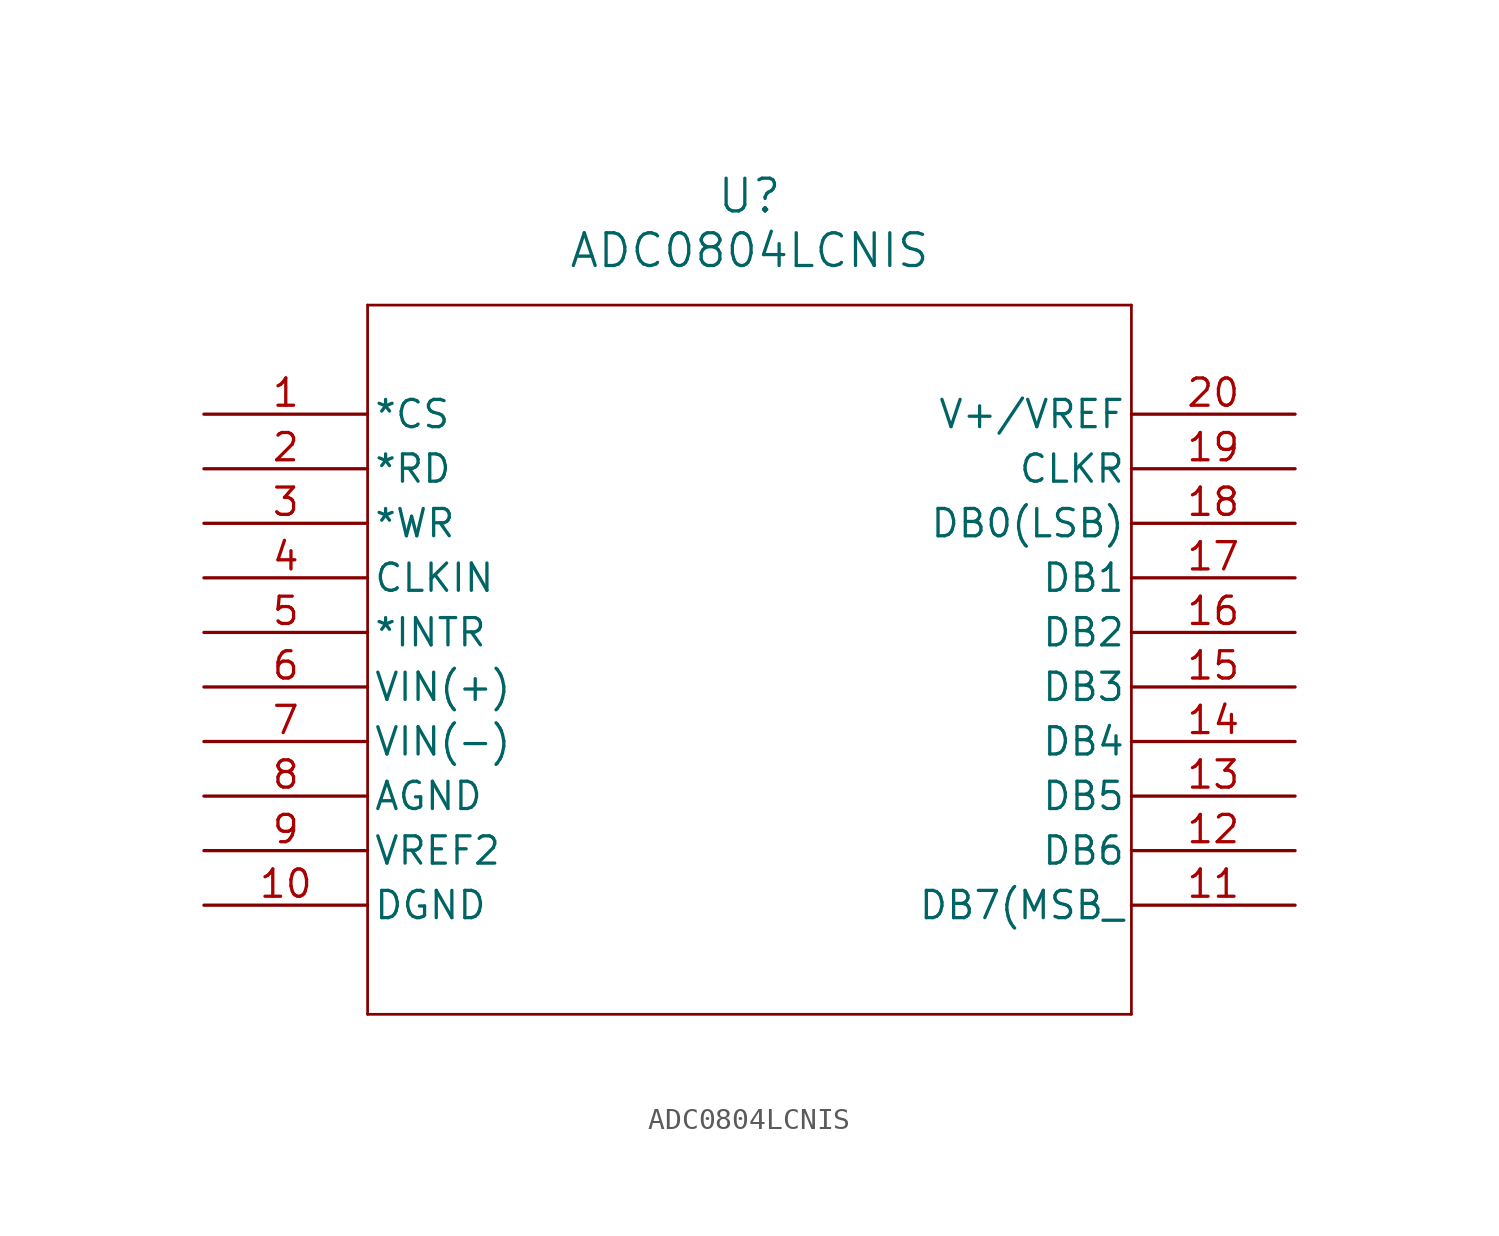
<source format=kicad_sym>
(kicad_symbol_lib
  (version 20211014)
  (generator kicad_symbol_editor)
  (symbol "ADC0804LCNIS"
    (pin_names
      (offset 0.254))
    (property "Reference" "U"
      (at 25.4 10.16 0)
      (effects (font (size 1.524 1.524))))
    (property "Value" "ADC0804LCNIS"
      (at 25.4 7.62 0)
      (effects (font (size 1.524 1.524))))
    (symbol "ADC0804LCNIS_0_1"
      (polyline (pts (xy 7.62 5.08) (xy 7.62 -27.94)) (stroke (width 0.127) (type default) (color 0 0 0 0)) (fill (type none)))
      (polyline (pts (xy 7.62 -27.94) (xy 43.18 -27.94)) (stroke (width 0.127) (type default) (color 0 0 0 0)) (fill (type none)))
      (polyline (pts (xy 43.18 -27.94) (xy 43.18 5.08)) (stroke (width 0.127) (type default) (color 0 0 0 0)) (fill (type none)))
      (polyline (pts (xy 43.18 5.08) (xy 7.62 5.08)) (stroke (width 0.127) (type default) (color 0 0 0 0)) (fill (type none)))
      (pin bidirectional line (at 0 0 0) (length 7.62) (name "*CS" (effects (font (size 1.27 1.27)))) (number "1" (effects (font (size 1.27 1.27)))))
      (pin bidirectional line (at 0 -2.54 0) (length 7.62) (name "*RD" (effects (font (size 1.27 1.27)))) (number "2" (effects (font (size 1.27 1.27)))))
      (pin bidirectional line (at 0 -5.08 0) (length 7.62) (name "*WR" (effects (font (size 1.27 1.27)))) (number "3" (effects (font (size 1.27 1.27)))))
      (pin input line (at 0 -7.62 0) (length 7.62) (name "CLKIN" (effects (font (size 1.27 1.27)))) (number "4" (effects (font (size 1.27 1.27)))))
      (pin bidirectional line (at 0 -10.16 0) (length 7.62) (name "*INTR" (effects (font (size 1.27 1.27)))) (number "5" (effects (font (size 1.27 1.27)))))
      (pin input line (at 0 -12.7 0) (length 7.62) (name "VIN(+)" (effects (font (size 1.27 1.27)))) (number "6" (effects (font (size 1.27 1.27)))))
      (pin input line (at 0 -15.24 0) (length 7.62) (name "VIN(-)" (effects (font (size 1.27 1.27)))) (number "7" (effects (font (size 1.27 1.27)))))
      (pin power_in line (at 0 -17.78 0) (length 7.62) (name "AGND" (effects (font (size 1.27 1.27)))) (number "8" (effects (font (size 1.27 1.27)))))
      (pin power_in line (at 0 -20.32 0) (length 7.62) (name "VREF2" (effects (font (size 1.27 1.27)))) (number "9" (effects (font (size 1.27 1.27)))))
      (pin power_in line (at 0 -22.86 0) (length 7.62) (name "DGND" (effects (font (size 1.27 1.27)))) (number "10" (effects (font (size 1.27 1.27)))))
      (pin bidirectional line (at 50.8 -22.86 180) (length 7.62) (name "DB7(MSB_" (effects (font (size 1.27 1.27)))) (number "11" (effects (font (size 1.27 1.27)))))
      (pin bidirectional line (at 50.8 -20.32 180) (length 7.62) (name "DB6" (effects (font (size 1.27 1.27)))) (number "12" (effects (font (size 1.27 1.27)))))
      (pin bidirectional line (at 50.8 -17.78 180) (length 7.62) (name "DB5" (effects (font (size 1.27 1.27)))) (number "13" (effects (font (size 1.27 1.27)))))
      (pin bidirectional line (at 50.8 -15.24 180) (length 7.62) (name "DB4" (effects (font (size 1.27 1.27)))) (number "14" (effects (font (size 1.27 1.27)))))
      (pin bidirectional line (at 50.8 -12.7 180) (length 7.62) (name "DB3" (effects (font (size 1.27 1.27)))) (number "15" (effects (font (size 1.27 1.27)))))
      (pin bidirectional line (at 50.8 -10.16 180) (length 7.62) (name "DB2" (effects (font (size 1.27 1.27)))) (number "16" (effects (font (size 1.27 1.27)))))
      (pin bidirectional line (at 50.8 -7.62 180) (length 7.62) (name "DB1" (effects (font (size 1.27 1.27)))) (number "17" (effects (font (size 1.27 1.27)))))
      (pin bidirectional line (at 50.8 -5.08 180) (length 7.62) (name "DB0(LSB)" (effects (font (size 1.27 1.27)))) (number "18" (effects (font (size 1.27 1.27)))))
      (pin bidirectional line (at 50.8 -2.54 180) (length 7.62) (name "CLKR" (effects (font (size 1.27 1.27)))) (number "19" (effects (font (size 1.27 1.27)))))
      (pin power_in line (at 50.8 0 180) (length 7.62) (name "V+/VREF" (effects (font (size 1.27 1.27)))) (number "20" (effects (font (size 1.27 1.27))))))))
</source>
